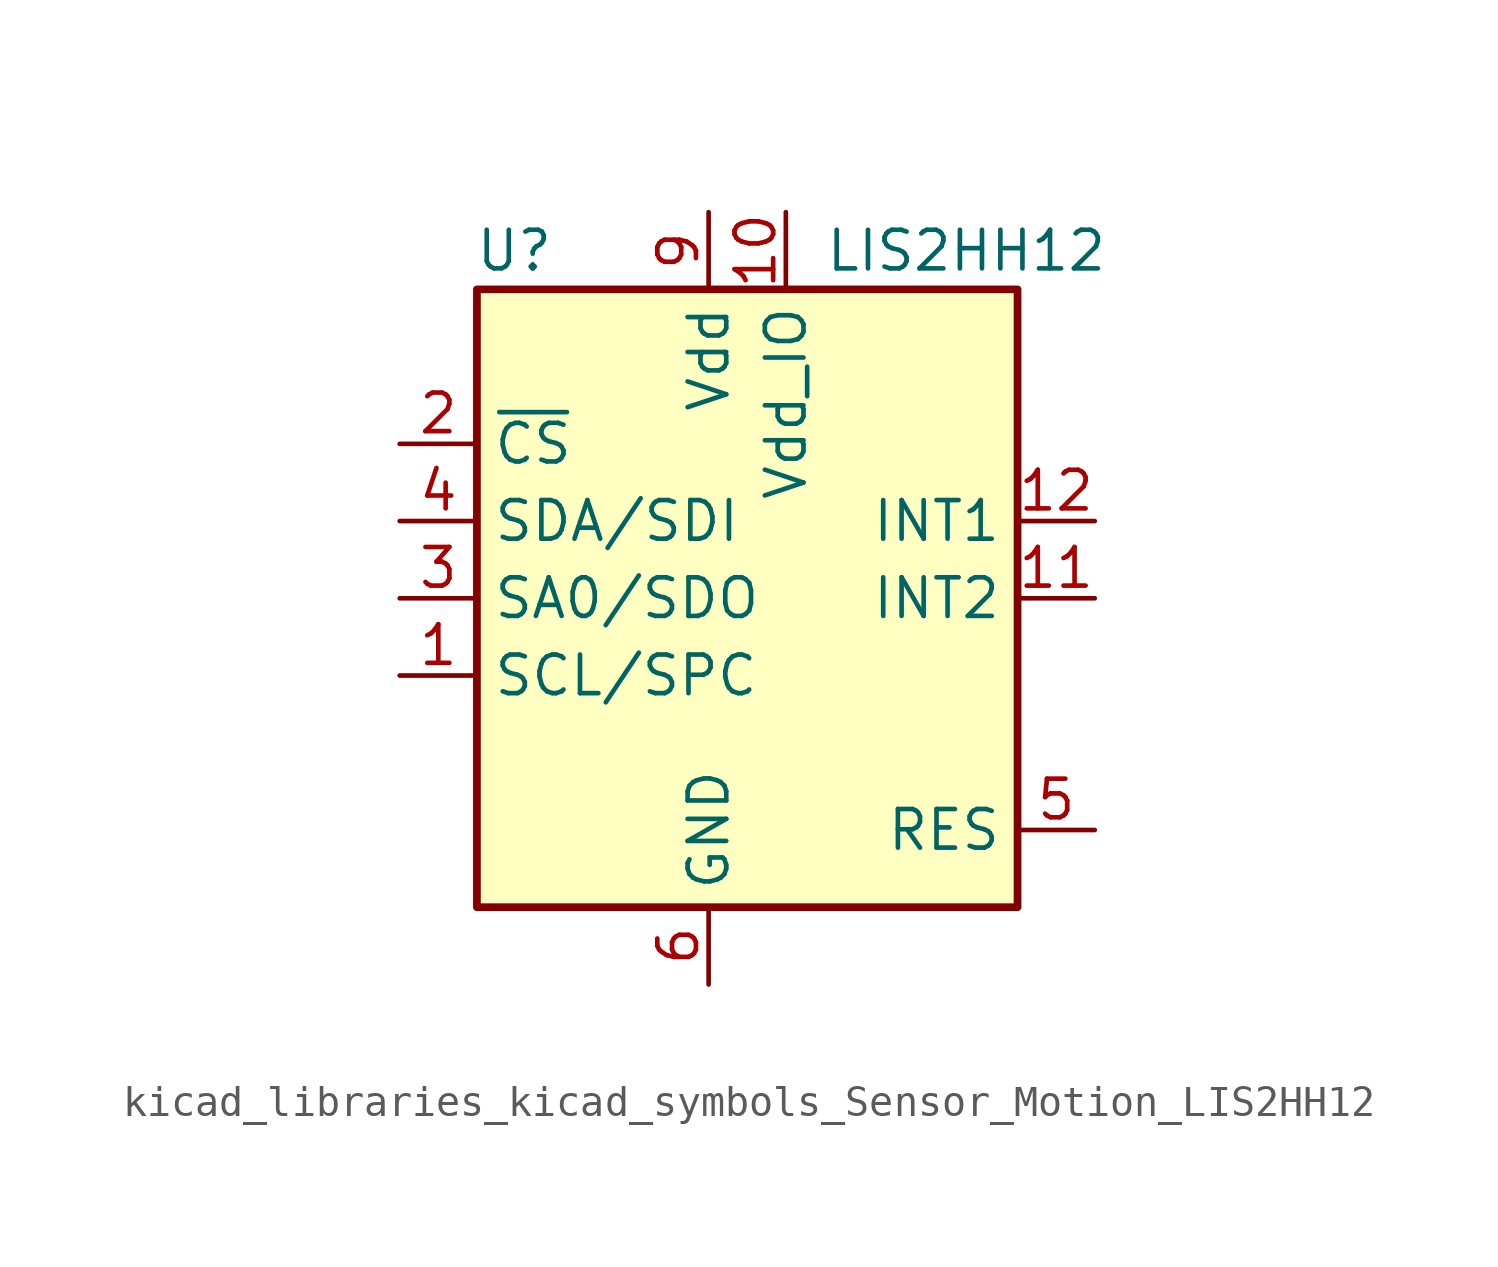
<source format=kicad_sym>
(kicad_symbol_lib
  (version 20220914)
  (generator kicad_symbol_editor)
  (symbol "kicad_libraries_kicad_symbols_Sensor_Motion_LIS2HH12"
    (property "Reference" "U"
      (at -5.08 11.43 0)
      (effects (font (size 1.27 1.27)) (justify right)))
    (property "Value" "LIS2HH12"
      (at 3.81 11.43 0)
      (effects (font (size 1.27 1.27)) (justify left)))
    (symbol "kicad_libraries_kicad_symbols_Sensor_Motion_LIS2HH12_0_1"
      (rectangle (start -7.62 10.16) (end 10.16 -10.16) (stroke (width 0.254) (type default)) (fill (type background))))
    (symbol "kicad_libraries_kicad_symbols_Sensor_Motion_LIS2HH12_1_1"
      (pin input line (at -10.16 -2.54 0) (length 2.54) (name "SCL/SPC" (effects (font (size 1.27 1.27)))) (number "1" (effects (font (size 1.27 1.27)))))
      (pin power_in line (at 2.54 12.7 270) (length 2.54) (name "Vdd_IO" (effects (font (size 1.27 1.27)))) (number "10" (effects (font (size 1.27 1.27)))))
      (pin output line (at 12.7 0 180) (length 2.54) (name "INT2" (effects (font (size 1.27 1.27)))) (number "11" (effects (font (size 1.27 1.27)))))
      (pin output line (at 12.7 2.54 180) (length 2.54) (name "INT1" (effects (font (size 1.27 1.27)))) (number "12" (effects (font (size 1.27 1.27)))))
      (pin input line (at -10.16 5.08 0) (length 2.54) (name "~{CS}" (effects (font (size 1.27 1.27)))) (number "2" (effects (font (size 1.27 1.27)))))
      (pin bidirectional line (at -10.16 0 0) (length 2.54) (name "SA0/SDO" (effects (font (size 1.27 1.27)))) (number "3" (effects (font (size 1.27 1.27)))))
      (pin bidirectional line (at -10.16 2.54 0) (length 2.54) (name "SDA/SDI" (effects (font (size 1.27 1.27)))) (number "4" (effects (font (size 1.27 1.27)))))
      (pin passive line (at 12.7 -7.62 180) (length 2.54) (name "RES" (effects (font (size 1.27 1.27)))) (number "5" (effects (font (size 1.27 1.27)))))
      (pin power_in line (at 0 -12.7 90) (length 2.54) (name "GND" (effects (font (size 1.27 1.27)))) (number "6" (effects (font (size 1.27 1.27)))))
      (pin passive line (at 0 -12.7 90) (length 2.54) hide (name "GND" (effects (font (size 1.27 1.27)))) (number "7" (effects (font (size 1.27 1.27)))))
      (pin passive line (at 0 -12.7 90) (length 2.54) hide (name "GND" (effects (font (size 1.27 1.27)))) (number "8" (effects (font (size 1.27 1.27)))))
      (pin power_in line (at 0 12.7 270) (length 2.54) (name "Vdd" (effects (font (size 1.27 1.27)))) (number "9" (effects (font (size 1.27 1.27))))))))
</source>
